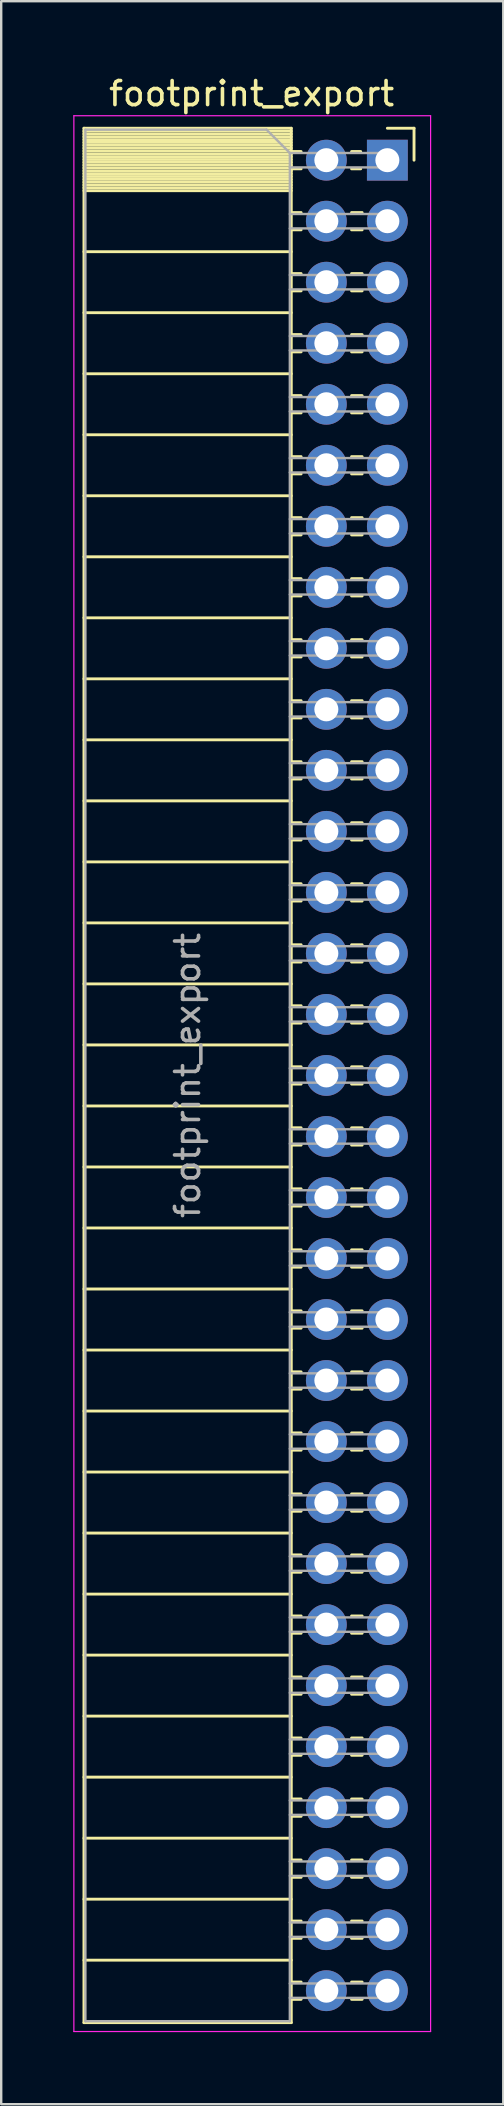
<source format=kicad_pcb>
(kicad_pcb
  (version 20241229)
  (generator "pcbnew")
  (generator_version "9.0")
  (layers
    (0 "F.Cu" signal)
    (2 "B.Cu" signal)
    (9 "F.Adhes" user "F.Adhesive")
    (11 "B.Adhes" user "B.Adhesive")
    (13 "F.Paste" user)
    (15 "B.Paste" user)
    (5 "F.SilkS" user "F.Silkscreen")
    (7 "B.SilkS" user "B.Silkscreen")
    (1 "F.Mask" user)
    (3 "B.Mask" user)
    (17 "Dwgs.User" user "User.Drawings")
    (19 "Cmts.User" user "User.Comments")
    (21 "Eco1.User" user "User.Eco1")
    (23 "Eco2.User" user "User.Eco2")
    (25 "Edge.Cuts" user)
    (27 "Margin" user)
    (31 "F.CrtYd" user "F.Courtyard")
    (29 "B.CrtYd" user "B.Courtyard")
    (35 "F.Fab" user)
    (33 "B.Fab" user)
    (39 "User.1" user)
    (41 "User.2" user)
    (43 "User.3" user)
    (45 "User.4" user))
  (footprint "footprint_export"
    (layer "F.Cu")
    (at 13.075 3.618)
    (property "Reference" "footprint_export" (at -5.65 -2.77 0) (layer "F.SilkS") (effects (font (size 1 1) (thickness 0.15))))
    (attr through_hole)
    (fp_line (start -12.63 -1.33) (end -12.63 77.53) (stroke (width 0.12) (type solid)) (layer "F.SilkS"))
    (fp_line (start -12.63 -1.33) (end -4 -1.33) (stroke (width 0.12) (type solid)) (layer "F.SilkS"))
    (fp_line (start -12.63 -1.21) (end -4 -1.21) (stroke (width 0.12) (type solid)) (layer "F.SilkS"))
    (fp_line (start -12.63 -1.092) (end -4 -1.092) (stroke (width 0.12) (type solid)) (layer "F.SilkS"))
    (fp_line (start -12.63 -0.974) (end -4 -0.974) (stroke (width 0.12) (type solid)) (layer "F.SilkS"))
    (fp_line (start -12.63 -0.856) (end -4 -0.856) (stroke (width 0.12) (type solid)) (layer "F.SilkS"))
    (fp_line (start -12.63 -0.738) (end -4 -0.738) (stroke (width 0.12) (type solid)) (layer "F.SilkS"))
    (fp_line (start -12.63 -0.62) (end -4 -0.62) (stroke (width 0.12) (type solid)) (layer "F.SilkS"))
    (fp_line (start -12.63 -0.501) (end -4 -0.501) (stroke (width 0.12) (type solid)) (layer "F.SilkS"))
    (fp_line (start -12.63 -0.383) (end -4 -0.383) (stroke (width 0.12) (type solid)) (layer "F.SilkS"))
    (fp_line (start -12.63 -0.265) (end -4 -0.265) (stroke (width 0.12) (type solid)) (layer "F.SilkS"))
    (fp_line (start -12.63 -0.147) (end -4 -0.147) (stroke (width 0.12) (type solid)) (layer "F.SilkS"))
    (fp_line (start -12.63 -0.029) (end -4 -0.029) (stroke (width 0.12) (type solid)) (layer "F.SilkS"))
    (fp_line (start -12.63 0.089) (end -4 0.089) (stroke (width 0.12) (type solid)) (layer "F.SilkS"))
    (fp_line (start -12.63 0.207) (end -4 0.207) (stroke (width 0.12) (type solid)) (layer "F.SilkS"))
    (fp_line (start -12.63 0.325) (end -4 0.325) (stroke (width 0.12) (type solid)) (layer "F.SilkS"))
    (fp_line (start -12.63 0.443) (end -4 0.443) (stroke (width 0.12) (type solid)) (layer "F.SilkS"))
    (fp_line (start -12.63 0.561) (end -4 0.561) (stroke (width 0.12) (type solid)) (layer "F.SilkS"))
    (fp_line (start -12.63 0.68) (end -4 0.68) (stroke (width 0.12) (type solid)) (layer "F.SilkS"))
    (fp_line (start -12.63 0.798) (end -4 0.798) (stroke (width 0.12) (type solid)) (layer "F.SilkS"))
    (fp_line (start -12.63 0.916) (end -4 0.916) (stroke (width 0.12) (type solid)) (layer "F.SilkS"))
    (fp_line (start -12.63 1.034) (end -4 1.034) (stroke (width 0.12) (type solid)) (layer "F.SilkS"))
    (fp_line (start -12.63 1.152) (end -4 1.152) (stroke (width 0.12) (type solid)) (layer "F.SilkS"))
    (fp_line (start -12.63 1.27) (end -4 1.27) (stroke (width 0.12) (type solid)) (layer "F.SilkS"))
    (fp_line (start -12.63 3.81) (end -4 3.81) (stroke (width 0.12) (type solid)) (layer "F.SilkS"))
    (fp_line (start -12.63 6.35) (end -4 6.35) (stroke (width 0.12) (type solid)) (layer "F.SilkS"))
    (fp_line (start -12.63 8.89) (end -4 8.89) (stroke (width 0.12) (type solid)) (layer "F.SilkS"))
    (fp_line (start -12.63 11.43) (end -4 11.43) (stroke (width 0.12) (type solid)) (layer "F.SilkS"))
    (fp_line (start -12.63 13.97) (end -4 13.97) (stroke (width 0.12) (type solid)) (layer "F.SilkS"))
    (fp_line (start -12.63 16.51) (end -4 16.51) (stroke (width 0.12) (type solid)) (layer "F.SilkS"))
    (fp_line (start -12.63 19.05) (end -4 19.05) (stroke (width 0.12) (type solid)) (layer "F.SilkS"))
    (fp_line (start -12.63 21.59) (end -4 21.59) (stroke (width 0.12) (type solid)) (layer "F.SilkS"))
    (fp_line (start -12.63 24.13) (end -4 24.13) (stroke (width 0.12) (type solid)) (layer "F.SilkS"))
    (fp_line (start -12.63 26.67) (end -4 26.67) (stroke (width 0.12) (type solid)) (layer "F.SilkS"))
    (fp_line (start -12.63 29.21) (end -4 29.21) (stroke (width 0.12) (type solid)) (layer "F.SilkS"))
    (fp_line (start -12.63 31.75) (end -4 31.75) (stroke (width 0.12) (type solid)) (layer "F.SilkS"))
    (fp_line (start -12.63 34.29) (end -4 34.29) (stroke (width 0.12) (type solid)) (layer "F.SilkS"))
    (fp_line (start -12.63 36.83) (end -4 36.83) (stroke (width 0.12) (type solid)) (layer "F.SilkS"))
    (fp_line (start -12.63 39.37) (end -4 39.37) (stroke (width 0.12) (type solid)) (layer "F.SilkS"))
    (fp_line (start -12.63 41.91) (end -4 41.91) (stroke (width 0.12) (type solid)) (layer "F.SilkS"))
    (fp_line (start -12.63 44.45) (end -4 44.45) (stroke (width 0.12) (type solid)) (layer "F.SilkS"))
    (fp_line (start -12.63 46.99) (end -4 46.99) (stroke (width 0.12) (type solid)) (layer "F.SilkS"))
    (fp_line (start -12.63 49.53) (end -4 49.53) (stroke (width 0.12) (type solid)) (layer "F.SilkS"))
    (fp_line (start -12.63 52.07) (end -4 52.07) (stroke (width 0.12) (type solid)) (layer "F.SilkS"))
    (fp_line (start -12.63 54.61) (end -4 54.61) (stroke (width 0.12) (type solid)) (layer "F.SilkS"))
    (fp_line (start -12.63 57.15) (end -4 57.15) (stroke (width 0.12) (type solid)) (layer "F.SilkS"))
    (fp_line (start -12.63 59.69) (end -4 59.69) (stroke (width 0.12) (type solid)) (layer "F.SilkS"))
    (fp_line (start -12.63 62.23) (end -4 62.23) (stroke (width 0.12) (type solid)) (layer "F.SilkS"))
    (fp_line (start -12.63 64.77) (end -4 64.77) (stroke (width 0.12) (type solid)) (layer "F.SilkS"))
    (fp_line (start -12.63 67.31) (end -4 67.31) (stroke (width 0.12) (type solid)) (layer "F.SilkS"))
    (fp_line (start -12.63 69.85) (end -4 69.85) (stroke (width 0.12) (type solid)) (layer "F.SilkS"))
    (fp_line (start -12.63 72.39) (end -4 72.39) (stroke (width 0.12) (type solid)) (layer "F.SilkS"))
    (fp_line (start -12.63 74.93) (end -4 74.93) (stroke (width 0.12) (type solid)) (layer "F.SilkS"))
    (fp_line (start -12.63 77.53) (end -4 77.53) (stroke (width 0.12) (type solid)) (layer "F.SilkS"))
    (fp_line (start -4 -1.33) (end -4 77.53) (stroke (width 0.12) (type solid)) (layer "F.SilkS"))
    (fp_line (start -4 -0.36) (end -3.59 -0.36) (stroke (width 0.12) (type solid)) (layer "F.SilkS"))
    (fp_line (start -4 0.36) (end -3.59 0.36) (stroke (width 0.12) (type solid)) (layer "F.SilkS"))
    (fp_line (start -4 2.18) (end -3.59 2.18) (stroke (width 0.12) (type solid)) (layer "F.SilkS"))
    (fp_line (start -4 2.9) (end -3.59 2.9) (stroke (width 0.12) (type solid)) (layer "F.SilkS"))
    (fp_line (start -4 4.72) (end -3.59 4.72) (stroke (width 0.12) (type solid)) (layer "F.SilkS"))
    (fp_line (start -4 5.44) (end -3.59 5.44) (stroke (width 0.12) (type solid)) (layer "F.SilkS"))
    (fp_line (start -4 7.26) (end -3.59 7.26) (stroke (width 0.12) (type solid)) (layer "F.SilkS"))
    (fp_line (start -4 7.98) (end -3.59 7.98) (stroke (width 0.12) (type solid)) (layer "F.SilkS"))
    (fp_line (start -4 9.8) (end -3.59 9.8) (stroke (width 0.12) (type solid)) (layer "F.SilkS"))
    (fp_line (start -4 10.52) (end -3.59 10.52) (stroke (width 0.12) (type solid)) (layer "F.SilkS"))
    (fp_line (start -4 12.34) (end -3.59 12.34) (stroke (width 0.12) (type solid)) (layer "F.SilkS"))
    (fp_line (start -4 13.06) (end -3.59 13.06) (stroke (width 0.12) (type solid)) (layer "F.SilkS"))
    (fp_line (start -4 14.88) (end -3.59 14.88) (stroke (width 0.12) (type solid)) (layer "F.SilkS"))
    (fp_line (start -4 15.6) (end -3.59 15.6) (stroke (width 0.12) (type solid)) (layer "F.SilkS"))
    (fp_line (start -4 17.42) (end -3.59 17.42) (stroke (width 0.12) (type solid)) (layer "F.SilkS"))
    (fp_line (start -4 18.14) (end -3.59 18.14) (stroke (width 0.12) (type solid)) (layer "F.SilkS"))
    (fp_line (start -4 19.96) (end -3.59 19.96) (stroke (width 0.12) (type solid)) (layer "F.SilkS"))
    (fp_line (start -4 20.68) (end -3.59 20.68) (stroke (width 0.12) (type solid)) (layer "F.SilkS"))
    (fp_line (start -4 22.5) (end -3.59 22.5) (stroke (width 0.12) (type solid)) (layer "F.SilkS"))
    (fp_line (start -4 23.22) (end -3.59 23.22) (stroke (width 0.12) (type solid)) (layer "F.SilkS"))
    (fp_line (start -4 25.04) (end -3.59 25.04) (stroke (width 0.12) (type solid)) (layer "F.SilkS"))
    (fp_line (start -4 25.76) (end -3.59 25.76) (stroke (width 0.12) (type solid)) (layer "F.SilkS"))
    (fp_line (start -4 27.58) (end -3.59 27.58) (stroke (width 0.12) (type solid)) (layer "F.SilkS"))
    (fp_line (start -4 28.3) (end -3.59 28.3) (stroke (width 0.12) (type solid)) (layer "F.SilkS"))
    (fp_line (start -4 30.12) (end -3.59 30.12) (stroke (width 0.12) (type solid)) (layer "F.SilkS"))
    (fp_line (start -4 30.84) (end -3.59 30.84) (stroke (width 0.12) (type solid)) (layer "F.SilkS"))
    (fp_line (start -4 32.66) (end -3.59 32.66) (stroke (width 0.12) (type solid)) (layer "F.SilkS"))
    (fp_line (start -4 33.38) (end -3.59 33.38) (stroke (width 0.12) (type solid)) (layer "F.SilkS"))
    (fp_line (start -4 35.2) (end -3.59 35.2) (stroke (width 0.12) (type solid)) (layer "F.SilkS"))
    (fp_line (start -4 35.92) (end -3.59 35.92) (stroke (width 0.12) (type solid)) (layer "F.SilkS"))
    (fp_line (start -4 37.74) (end -3.59 37.74) (stroke (width 0.12) (type solid)) (layer "F.SilkS"))
    (fp_line (start -4 38.46) (end -3.59 38.46) (stroke (width 0.12) (type solid)) (layer "F.SilkS"))
    (fp_line (start -4 40.28) (end -3.59 40.28) (stroke (width 0.12) (type solid)) (layer "F.SilkS"))
    (fp_line (start -4 41) (end -3.59 41) (stroke (width 0.12) (type solid)) (layer "F.SilkS"))
    (fp_line (start -4 42.82) (end -3.59 42.82) (stroke (width 0.12) (type solid)) (layer "F.SilkS"))
    (fp_line (start -4 43.54) (end -3.59 43.54) (stroke (width 0.12) (type solid)) (layer "F.SilkS"))
    (fp_line (start -4 45.36) (end -3.59 45.36) (stroke (width 0.12) (type solid)) (layer "F.SilkS"))
    (fp_line (start -4 46.08) (end -3.59 46.08) (stroke (width 0.12) (type solid)) (layer "F.SilkS"))
    (fp_line (start -4 47.9) (end -3.59 47.9) (stroke (width 0.12) (type solid)) (layer "F.SilkS"))
    (fp_line (start -4 48.62) (end -3.59 48.62) (stroke (width 0.12) (type solid)) (layer "F.SilkS"))
    (fp_line (start -4 50.44) (end -3.59 50.44) (stroke (width 0.12) (type solid)) (layer "F.SilkS"))
    (fp_line (start -4 51.16) (end -3.59 51.16) (stroke (width 0.12) (type solid)) (layer "F.SilkS"))
    (fp_line (start -4 52.98) (end -3.59 52.98) (stroke (width 0.12) (type solid)) (layer "F.SilkS"))
    (fp_line (start -4 53.7) (end -3.59 53.7) (stroke (width 0.12) (type solid)) (layer "F.SilkS"))
    (fp_line (start -4 55.52) (end -3.59 55.52) (stroke (width 0.12) (type solid)) (layer "F.SilkS"))
    (fp_line (start -4 56.24) (end -3.59 56.24) (stroke (width 0.12) (type solid)) (layer "F.SilkS"))
    (fp_line (start -4 58.06) (end -3.59 58.06) (stroke (width 0.12) (type solid)) (layer "F.SilkS"))
    (fp_line (start -4 58.78) (end -3.59 58.78) (stroke (width 0.12) (type solid)) (layer "F.SilkS"))
    (fp_line (start -4 60.6) (end -3.59 60.6) (stroke (width 0.12) (type solid)) (layer "F.SilkS"))
    (fp_line (start -4 61.32) (end -3.59 61.32) (stroke (width 0.12) (type solid)) (layer "F.SilkS"))
    (fp_line (start -4 63.14) (end -3.59 63.14) (stroke (width 0.12) (type solid)) (layer "F.SilkS"))
    (fp_line (start -4 63.86) (end -3.59 63.86) (stroke (width 0.12) (type solid)) (layer "F.SilkS"))
    (fp_line (start -4 65.68) (end -3.59 65.68) (stroke (width 0.12) (type solid)) (layer "F.SilkS"))
    (fp_line (start -4 66.4) (end -3.59 66.4) (stroke (width 0.12) (type solid)) (layer "F.SilkS"))
    (fp_line (start -4 68.22) (end -3.59 68.22) (stroke (width 0.12) (type solid)) (layer "F.SilkS"))
    (fp_line (start -4 68.94) (end -3.59 68.94) (stroke (width 0.12) (type solid)) (layer "F.SilkS"))
    (fp_line (start -4 70.76) (end -3.59 70.76) (stroke (width 0.12) (type solid)) (layer "F.SilkS"))
    (fp_line (start -4 71.48) (end -3.59 71.48) (stroke (width 0.12) (type solid)) (layer "F.SilkS"))
    (fp_line (start -4 73.3) (end -3.59 73.3) (stroke (width 0.12) (type solid)) (layer "F.SilkS"))
    (fp_line (start -4 74.02) (end -3.59 74.02) (stroke (width 0.12) (type solid)) (layer "F.SilkS"))
    (fp_line (start -4 75.84) (end -3.59 75.84) (stroke (width 0.12) (type solid)) (layer "F.SilkS"))
    (fp_line (start -4 76.56) (end -3.59 76.56) (stroke (width 0.12) (type solid)) (layer "F.SilkS"))
    (fp_line (start -1.49 -0.36) (end -1.11 -0.36) (stroke (width 0.12) (type solid)) (layer "F.SilkS"))
    (fp_line (start -1.49 0.36) (end -1.11 0.36) (stroke (width 0.12) (type solid)) (layer "F.SilkS"))
    (fp_line (start -1.49 2.18) (end -1.05 2.18) (stroke (width 0.12) (type solid)) (layer "F.SilkS"))
    (fp_line (start -1.49 2.9) (end -1.05 2.9) (stroke (width 0.12) (type solid)) (layer "F.SilkS"))
    (fp_line (start -1.49 4.72) (end -1.05 4.72) (stroke (width 0.12) (type solid)) (layer "F.SilkS"))
    (fp_line (start -1.49 5.44) (end -1.05 5.44) (stroke (width 0.12) (type solid)) (layer "F.SilkS"))
    (fp_line (start -1.49 7.26) (end -1.05 7.26) (stroke (width 0.12) (type solid)) (layer "F.SilkS"))
    (fp_line (start -1.49 7.98) (end -1.05 7.98) (stroke (width 0.12) (type solid)) (layer "F.SilkS"))
    (fp_line (start -1.49 9.8) (end -1.05 9.8) (stroke (width 0.12) (type solid)) (layer "F.SilkS"))
    (fp_line (start -1.49 10.52) (end -1.05 10.52) (stroke (width 0.12) (type solid)) (layer "F.SilkS"))
    (fp_line (start -1.49 12.34) (end -1.05 12.34) (stroke (width 0.12) (type solid)) (layer "F.SilkS"))
    (fp_line (start -1.49 13.06) (end -1.05 13.06) (stroke (width 0.12) (type solid)) (layer "F.SilkS"))
    (fp_line (start -1.49 14.88) (end -1.05 14.88) (stroke (width 0.12) (type solid)) (layer "F.SilkS"))
    (fp_line (start -1.49 15.6) (end -1.05 15.6) (stroke (width 0.12) (type solid)) (layer "F.SilkS"))
    (fp_line (start -1.49 17.42) (end -1.05 17.42) (stroke (width 0.12) (type solid)) (layer "F.SilkS"))
    (fp_line (start -1.49 18.14) (end -1.05 18.14) (stroke (width 0.12) (type solid)) (layer "F.SilkS"))
    (fp_line (start -1.49 19.96) (end -1.05 19.96) (stroke (width 0.12) (type solid)) (layer "F.SilkS"))
    (fp_line (start -1.49 20.68) (end -1.05 20.68) (stroke (width 0.12) (type solid)) (layer "F.SilkS"))
    (fp_line (start -1.49 22.5) (end -1.05 22.5) (stroke (width 0.12) (type solid)) (layer "F.SilkS"))
    (fp_line (start -1.49 23.22) (end -1.05 23.22) (stroke (width 0.12) (type solid)) (layer "F.SilkS"))
    (fp_line (start -1.49 25.04) (end -1.05 25.04) (stroke (width 0.12) (type solid)) (layer "F.SilkS"))
    (fp_line (start -1.49 25.76) (end -1.05 25.76) (stroke (width 0.12) (type solid)) (layer "F.SilkS"))
    (fp_line (start -1.49 27.58) (end -1.05 27.58) (stroke (width 0.12) (type solid)) (layer "F.SilkS"))
    (fp_line (start -1.49 28.3) (end -1.05 28.3) (stroke (width 0.12) (type solid)) (layer "F.SilkS"))
    (fp_line (start -1.49 30.12) (end -1.05 30.12) (stroke (width 0.12) (type solid)) (layer "F.SilkS"))
    (fp_line (start -1.49 30.84) (end -1.05 30.84) (stroke (width 0.12) (type solid)) (layer "F.SilkS"))
    (fp_line (start -1.49 32.66) (end -1.05 32.66) (stroke (width 0.12) (type solid)) (layer "F.SilkS"))
    (fp_line (start -1.49 33.38) (end -1.05 33.38) (stroke (width 0.12) (type solid)) (layer "F.SilkS"))
    (fp_line (start -1.49 35.2) (end -1.05 35.2) (stroke (width 0.12) (type solid)) (layer "F.SilkS"))
    (fp_line (start -1.49 35.92) (end -1.05 35.92) (stroke (width 0.12) (type solid)) (layer "F.SilkS"))
    (fp_line (start -1.49 37.74) (end -1.05 37.74) (stroke (width 0.12) (type solid)) (layer "F.SilkS"))
    (fp_line (start -1.49 38.46) (end -1.05 38.46) (stroke (width 0.12) (type solid)) (layer "F.SilkS"))
    (fp_line (start -1.49 40.28) (end -1.05 40.28) (stroke (width 0.12) (type solid)) (layer "F.SilkS"))
    (fp_line (start -1.49 41) (end -1.05 41) (stroke (width 0.12) (type solid)) (layer "F.SilkS"))
    (fp_line (start -1.49 42.82) (end -1.05 42.82) (stroke (width 0.12) (type solid)) (layer "F.SilkS"))
    (fp_line (start -1.49 43.54) (end -1.05 43.54) (stroke (width 0.12) (type solid)) (layer "F.SilkS"))
    (fp_line (start -1.49 45.36) (end -1.05 45.36) (stroke (width 0.12) (type solid)) (layer "F.SilkS"))
    (fp_line (start -1.49 46.08) (end -1.05 46.08) (stroke (width 0.12) (type solid)) (layer "F.SilkS"))
    (fp_line (start -1.49 47.9) (end -1.05 47.9) (stroke (width 0.12) (type solid)) (layer "F.SilkS"))
    (fp_line (start -1.49 48.62) (end -1.05 48.62) (stroke (width 0.12) (type solid)) (layer "F.SilkS"))
    (fp_line (start -1.49 50.44) (end -1.05 50.44) (stroke (width 0.12) (type solid)) (layer "F.SilkS"))
    (fp_line (start -1.49 51.16) (end -1.05 51.16) (stroke (width 0.12) (type solid)) (layer "F.SilkS"))
    (fp_line (start -1.49 52.98) (end -1.05 52.98) (stroke (width 0.12) (type solid)) (layer "F.SilkS"))
    (fp_line (start -1.49 53.7) (end -1.05 53.7) (stroke (width 0.12) (type solid)) (layer "F.SilkS"))
    (fp_line (start -1.49 55.52) (end -1.05 55.52) (stroke (width 0.12) (type solid)) (layer "F.SilkS"))
    (fp_line (start -1.49 56.24) (end -1.05 56.24) (stroke (width 0.12) (type solid)) (layer "F.SilkS"))
    (fp_line (start -1.49 58.06) (end -1.05 58.06) (stroke (width 0.12) (type solid)) (layer "F.SilkS"))
    (fp_line (start -1.49 58.78) (end -1.05 58.78) (stroke (width 0.12) (type solid)) (layer "F.SilkS"))
    (fp_line (start -1.49 60.6) (end -1.05 60.6) (stroke (width 0.12) (type solid)) (layer "F.SilkS"))
    (fp_line (start -1.49 61.32) (end -1.05 61.32) (stroke (width 0.12) (type solid)) (layer "F.SilkS"))
    (fp_line (start -1.49 63.14) (end -1.05 63.14) (stroke (width 0.12) (type solid)) (layer "F.SilkS"))
    (fp_line (start -1.49 63.86) (end -1.05 63.86) (stroke (width 0.12) (type solid)) (layer "F.SilkS"))
    (fp_line (start -1.49 65.68) (end -1.05 65.68) (stroke (width 0.12) (type solid)) (layer "F.SilkS"))
    (fp_line (start -1.49 66.4) (end -1.05 66.4) (stroke (width 0.12) (type solid)) (layer "F.SilkS"))
    (fp_line (start -1.49 68.22) (end -1.05 68.22) (stroke (width 0.12) (type solid)) (layer "F.SilkS"))
    (fp_line (start -1.49 68.94) (end -1.05 68.94) (stroke (width 0.12) (type solid)) (layer "F.SilkS"))
    (fp_line (start -1.49 70.76) (end -1.05 70.76) (stroke (width 0.12) (type solid)) (layer "F.SilkS"))
    (fp_line (start -1.49 71.48) (end -1.05 71.48) (stroke (width 0.12) (type solid)) (layer "F.SilkS"))
    (fp_line (start -1.49 73.3) (end -1.05 73.3) (stroke (width 0.12) (type solid)) (layer "F.SilkS"))
    (fp_line (start -1.49 74.02) (end -1.05 74.02) (stroke (width 0.12) (type solid)) (layer "F.SilkS"))
    (fp_line (start -1.49 75.84) (end -1.05 75.84) (stroke (width 0.12) (type solid)) (layer "F.SilkS"))
    (fp_line (start -1.49 76.56) (end -1.05 76.56) (stroke (width 0.12) (type solid)) (layer "F.SilkS"))
    (fp_line (start 0 -1.33) (end 1.11 -1.33) (stroke (width 0.12) (type solid)) (layer "F.SilkS"))
    (fp_line (start 1.11 -1.33) (end 1.11 0) (stroke (width 0.12) (type solid)) (layer "F.SilkS"))
    (fp_line (start -13.05 -1.85) (end -13.05 77.9) (stroke (width 0.05) (type solid)) (layer "F.CrtYd"))
    (fp_line (start -13.05 77.9) (end 1.8 77.9) (stroke (width 0.05) (type solid)) (layer "F.CrtYd"))
    (fp_line (start 1.8 -1.85) (end -13.05 -1.85) (stroke (width 0.05) (type solid)) (layer "F.CrtYd"))
    (fp_line (start 1.8 77.9) (end 1.8 -1.85) (stroke (width 0.05) (type solid)) (layer "F.CrtYd"))
    (fp_line (start -12.57 -1.27) (end -5.03 -1.27) (stroke (width 0.1) (type solid)) (layer "F.Fab"))
    (fp_line (start -12.57 77.47) (end -12.57 -1.27) (stroke (width 0.1) (type solid)) (layer "F.Fab"))
    (fp_line (start -5.03 -1.27) (end -4.06 -0.3) (stroke (width 0.1) (type solid)) (layer "F.Fab"))
    (fp_line (start -4.06 -0.3) (end -4.06 77.47) (stroke (width 0.1) (type solid)) (layer "F.Fab"))
    (fp_line (start -4.06 0.3) (end 0 0.3) (stroke (width 0.1) (type solid)) (layer "F.Fab"))
    (fp_line (start -4.06 2.84) (end 0 2.84) (stroke (width 0.1) (type solid)) (layer "F.Fab"))
    (fp_line (start -4.06 5.38) (end 0 5.38) (stroke (width 0.1) (type solid)) (layer "F.Fab"))
    (fp_line (start -4.06 7.92) (end 0 7.92) (stroke (width 0.1) (type solid)) (layer "F.Fab"))
    (fp_line (start -4.06 10.46) (end 0 10.46) (stroke (width 0.1) (type solid)) (layer "F.Fab"))
    (fp_line (start -4.06 13) (end 0 13) (stroke (width 0.1) (type solid)) (layer "F.Fab"))
    (fp_line (start -4.06 15.54) (end 0 15.54) (stroke (width 0.1) (type solid)) (layer "F.Fab"))
    (fp_line (start -4.06 18.08) (end 0 18.08) (stroke (width 0.1) (type solid)) (layer "F.Fab"))
    (fp_line (start -4.06 20.62) (end 0 20.62) (stroke (width 0.1) (type solid)) (layer "F.Fab"))
    (fp_line (start -4.06 23.16) (end 0 23.16) (stroke (width 0.1) (type solid)) (layer "F.Fab"))
    (fp_line (start -4.06 25.7) (end 0 25.7) (stroke (width 0.1) (type solid)) (layer "F.Fab"))
    (fp_line (start -4.06 28.24) (end 0 28.24) (stroke (width 0.1) (type solid)) (layer "F.Fab"))
    (fp_line (start -4.06 30.78) (end 0 30.78) (stroke (width 0.1) (type solid)) (layer "F.Fab"))
    (fp_line (start -4.06 33.32) (end 0 33.32) (stroke (width 0.1) (type solid)) (layer "F.Fab"))
    (fp_line (start -4.06 35.86) (end 0 35.86) (stroke (width 0.1) (type solid)) (layer "F.Fab"))
    (fp_line (start -4.06 38.4) (end 0 38.4) (stroke (width 0.1) (type solid)) (layer "F.Fab"))
    (fp_line (start -4.06 40.94) (end 0 40.94) (stroke (width 0.1) (type solid)) (layer "F.Fab"))
    (fp_line (start -4.06 43.48) (end 0 43.48) (stroke (width 0.1) (type solid)) (layer "F.Fab"))
    (fp_line (start -4.06 46.02) (end 0 46.02) (stroke (width 0.1) (type solid)) (layer "F.Fab"))
    (fp_line (start -4.06 48.56) (end 0 48.56) (stroke (width 0.1) (type solid)) (layer "F.Fab"))
    (fp_line (start -4.06 51.1) (end 0 51.1) (stroke (width 0.1) (type solid)) (layer "F.Fab"))
    (fp_line (start -4.06 53.64) (end 0 53.64) (stroke (width 0.1) (type solid)) (layer "F.Fab"))
    (fp_line (start -4.06 56.18) (end 0 56.18) (stroke (width 0.1) (type solid)) (layer "F.Fab"))
    (fp_line (start -4.06 58.72) (end 0 58.72) (stroke (width 0.1) (type solid)) (layer "F.Fab"))
    (fp_line (start -4.06 61.26) (end 0 61.26) (stroke (width 0.1) (type solid)) (layer "F.Fab"))
    (fp_line (start -4.06 63.8) (end 0 63.8) (stroke (width 0.1) (type solid)) (layer "F.Fab"))
    (fp_line (start -4.06 66.34) (end 0 66.34) (stroke (width 0.1) (type solid)) (layer "F.Fab"))
    (fp_line (start -4.06 68.88) (end 0 68.88) (stroke (width 0.1) (type solid)) (layer "F.Fab"))
    (fp_line (start -4.06 71.42) (end 0 71.42) (stroke (width 0.1) (type solid)) (layer "F.Fab"))
    (fp_line (start -4.06 73.96) (end 0 73.96) (stroke (width 0.1) (type solid)) (layer "F.Fab"))
    (fp_line (start -4.06 76.5) (end 0 76.5) (stroke (width 0.1) (type solid)) (layer "F.Fab"))
    (fp_line (start -4.06 77.47) (end -12.57 77.47) (stroke (width 0.1) (type solid)) (layer "F.Fab"))
    (fp_line (start 0 -0.3) (end -4.06 -0.3) (stroke (width 0.1) (type solid)) (layer "F.Fab"))
    (fp_line (start 0 0.3) (end 0 -0.3) (stroke (width 0.1) (type solid)) (layer "F.Fab"))
    (fp_line (start 0 2.24) (end -4.06 2.24) (stroke (width 0.1) (type solid)) (layer "F.Fab"))
    (fp_line (start 0 2.84) (end 0 2.24) (stroke (width 0.1) (type solid)) (layer "F.Fab"))
    (fp_line (start 0 4.78) (end -4.06 4.78) (stroke (width 0.1) (type solid)) (layer "F.Fab"))
    (fp_line (start 0 5.38) (end 0 4.78) (stroke (width 0.1) (type solid)) (layer "F.Fab"))
    (fp_line (start 0 7.32) (end -4.06 7.32) (stroke (width 0.1) (type solid)) (layer "F.Fab"))
    (fp_line (start 0 7.92) (end 0 7.32) (stroke (width 0.1) (type solid)) (layer "F.Fab"))
    (fp_line (start 0 9.86) (end -4.06 9.86) (stroke (width 0.1) (type solid)) (layer "F.Fab"))
    (fp_line (start 0 10.46) (end 0 9.86) (stroke (width 0.1) (type solid)) (layer "F.Fab"))
    (fp_line (start 0 12.4) (end -4.06 12.4) (stroke (width 0.1) (type solid)) (layer "F.Fab"))
    (fp_line (start 0 13) (end 0 12.4) (stroke (width 0.1) (type solid)) (layer "F.Fab"))
    (fp_line (start 0 14.94) (end -4.06 14.94) (stroke (width 0.1) (type solid)) (layer "F.Fab"))
    (fp_line (start 0 15.54) (end 0 14.94) (stroke (width 0.1) (type solid)) (layer "F.Fab"))
    (fp_line (start 0 17.48) (end -4.06 17.48) (stroke (width 0.1) (type solid)) (layer "F.Fab"))
    (fp_line (start 0 18.08) (end 0 17.48) (stroke (width 0.1) (type solid)) (layer "F.Fab"))
    (fp_line (start 0 20.02) (end -4.06 20.02) (stroke (width 0.1) (type solid)) (layer "F.Fab"))
    (fp_line (start 0 20.62) (end 0 20.02) (stroke (width 0.1) (type solid)) (layer "F.Fab"))
    (fp_line (start 0 22.56) (end -4.06 22.56) (stroke (width 0.1) (type solid)) (layer "F.Fab"))
    (fp_line (start 0 23.16) (end 0 22.56) (stroke (width 0.1) (type solid)) (layer "F.Fab"))
    (fp_line (start 0 25.1) (end -4.06 25.1) (stroke (width 0.1) (type solid)) (layer "F.Fab"))
    (fp_line (start 0 25.7) (end 0 25.1) (stroke (width 0.1) (type solid)) (layer "F.Fab"))
    (fp_line (start 0 27.64) (end -4.06 27.64) (stroke (width 0.1) (type solid)) (layer "F.Fab"))
    (fp_line (start 0 28.24) (end 0 27.64) (stroke (width 0.1) (type solid)) (layer "F.Fab"))
    (fp_line (start 0 30.18) (end -4.06 30.18) (stroke (width 0.1) (type solid)) (layer "F.Fab"))
    (fp_line (start 0 30.78) (end 0 30.18) (stroke (width 0.1) (type solid)) (layer "F.Fab"))
    (fp_line (start 0 32.72) (end -4.06 32.72) (stroke (width 0.1) (type solid)) (layer "F.Fab"))
    (fp_line (start 0 33.32) (end 0 32.72) (stroke (width 0.1) (type solid)) (layer "F.Fab"))
    (fp_line (start 0 35.26) (end -4.06 35.26) (stroke (width 0.1) (type solid)) (layer "F.Fab"))
    (fp_line (start 0 35.86) (end 0 35.26) (stroke (width 0.1) (type solid)) (layer "F.Fab"))
    (fp_line (start 0 37.8) (end -4.06 37.8) (stroke (width 0.1) (type solid)) (layer "F.Fab"))
    (fp_line (start 0 38.4) (end 0 37.8) (stroke (width 0.1) (type solid)) (layer "F.Fab"))
    (fp_line (start 0 40.34) (end -4.06 40.34) (stroke (width 0.1) (type solid)) (layer "F.Fab"))
    (fp_line (start 0 40.94) (end 0 40.34) (stroke (width 0.1) (type solid)) (layer "F.Fab"))
    (fp_line (start 0 42.88) (end -4.06 42.88) (stroke (width 0.1) (type solid)) (layer "F.Fab"))
    (fp_line (start 0 43.48) (end 0 42.88) (stroke (width 0.1) (type solid)) (layer "F.Fab"))
    (fp_line (start 0 45.42) (end -4.06 45.42) (stroke (width 0.1) (type solid)) (layer "F.Fab"))
    (fp_line (start 0 46.02) (end 0 45.42) (stroke (width 0.1) (type solid)) (layer "F.Fab"))
    (fp_line (start 0 47.96) (end -4.06 47.96) (stroke (width 0.1) (type solid)) (layer "F.Fab"))
    (fp_line (start 0 48.56) (end 0 47.96) (stroke (width 0.1) (type solid)) (layer "F.Fab"))
    (fp_line (start 0 50.5) (end -4.06 50.5) (stroke (width 0.1) (type solid)) (layer "F.Fab"))
    (fp_line (start 0 51.1) (end 0 50.5) (stroke (width 0.1) (type solid)) (layer "F.Fab"))
    (fp_line (start 0 53.04) (end -4.06 53.04) (stroke (width 0.1) (type solid)) (layer "F.Fab"))
    (fp_line (start 0 53.64) (end 0 53.04) (stroke (width 0.1) (type solid)) (layer "F.Fab"))
    (fp_line (start 0 55.58) (end -4.06 55.58) (stroke (width 0.1) (type solid)) (layer "F.Fab"))
    (fp_line (start 0 56.18) (end 0 55.58) (stroke (width 0.1) (type solid)) (layer "F.Fab"))
    (fp_line (start 0 58.12) (end -4.06 58.12) (stroke (width 0.1) (type solid)) (layer "F.Fab"))
    (fp_line (start 0 58.72) (end 0 58.12) (stroke (width 0.1) (type solid)) (layer "F.Fab"))
    (fp_line (start 0 60.66) (end -4.06 60.66) (stroke (width 0.1) (type solid)) (layer "F.Fab"))
    (fp_line (start 0 61.26) (end 0 60.66) (stroke (width 0.1) (type solid)) (layer "F.Fab"))
    (fp_line (start 0 63.2) (end -4.06 63.2) (stroke (width 0.1) (type solid)) (layer "F.Fab"))
    (fp_line (start 0 63.8) (end 0 63.2) (stroke (width 0.1) (type solid)) (layer "F.Fab"))
    (fp_line (start 0 65.74) (end -4.06 65.74) (stroke (width 0.1) (type solid)) (layer "F.Fab"))
    (fp_line (start 0 66.34) (end 0 65.74) (stroke (width 0.1) (type solid)) (layer "F.Fab"))
    (fp_line (start 0 68.28) (end -4.06 68.28) (stroke (width 0.1) (type solid)) (layer "F.Fab"))
    (fp_line (start 0 68.88) (end 0 68.28) (stroke (width 0.1) (type solid)) (layer "F.Fab"))
    (fp_line (start 0 70.82) (end -4.06 70.82) (stroke (width 0.1) (type solid)) (layer "F.Fab"))
    (fp_line (start 0 71.42) (end 0 70.82) (stroke (width 0.1) (type solid)) (layer "F.Fab"))
    (fp_line (start 0 73.36) (end -4.06 73.36) (stroke (width 0.1) (type solid)) (layer "F.Fab"))
    (fp_line (start 0 73.96) (end 0 73.36) (stroke (width 0.1) (type solid)) (layer "F.Fab"))
    (fp_line (start 0 75.9) (end -4.06 75.9) (stroke (width 0.1) (type solid)) (layer "F.Fab"))
    (fp_line (start 0 76.5) (end 0 75.9) (stroke (width 0.1) (type solid)) (layer "F.Fab"))
    (fp_text user "${REFERENCE}" (at -8.315 38.1 90) (layer "F.Fab") (effects (font (size 1 1) (thickness 0.15))))
    (pad "1" thru_hole rect (at 0 0) (size 1.7 1.7) (drill 1) (layers "*.Cu" "*.Mask"))
    (pad "2" thru_hole oval (at -2.54 0) (size 1.7 1.7) (drill 1) (layers "*.Cu" "*.Mask"))
    (pad "3" thru_hole oval (at 0 2.54) (size 1.7 1.7) (drill 1) (layers "*.Cu" "*.Mask"))
    (pad "4" thru_hole oval (at -2.54 2.54) (size 1.7 1.7) (drill 1) (layers "*.Cu" "*.Mask"))
    (pad "5" thru_hole oval (at 0 5.08) (size 1.7 1.7) (drill 1) (layers "*.Cu" "*.Mask"))
    (pad "6" thru_hole oval (at -2.54 5.08) (size 1.7 1.7) (drill 1) (layers "*.Cu" "*.Mask"))
    (pad "7" thru_hole oval (at 0 7.62) (size 1.7 1.7) (drill 1) (layers "*.Cu" "*.Mask"))
    (pad "8" thru_hole oval (at -2.54 7.62) (size 1.7 1.7) (drill 1) (layers "*.Cu" "*.Mask"))
    (pad "9" thru_hole oval (at 0 10.16) (size 1.7 1.7) (drill 1) (layers "*.Cu" "*.Mask"))
    (pad "10" thru_hole oval (at -2.54 10.16) (size 1.7 1.7) (drill 1) (layers "*.Cu" "*.Mask"))
    (pad "11" thru_hole oval (at 0 12.7) (size 1.7 1.7) (drill 1) (layers "*.Cu" "*.Mask"))
    (pad "12" thru_hole oval (at -2.54 12.7) (size 1.7 1.7) (drill 1) (layers "*.Cu" "*.Mask"))
    (pad "13" thru_hole oval (at 0 15.24) (size 1.7 1.7) (drill 1) (layers "*.Cu" "*.Mask"))
    (pad "14" thru_hole oval (at -2.54 15.24) (size 1.7 1.7) (drill 1) (layers "*.Cu" "*.Mask"))
    (pad "15" thru_hole oval (at 0 17.78) (size 1.7 1.7) (drill 1) (layers "*.Cu" "*.Mask"))
    (pad "16" thru_hole oval (at -2.54 17.78) (size 1.7 1.7) (drill 1) (layers "*.Cu" "*.Mask"))
    (pad "17" thru_hole oval (at 0 20.32) (size 1.7 1.7) (drill 1) (layers "*.Cu" "*.Mask"))
    (pad "18" thru_hole oval (at -2.54 20.32) (size 1.7 1.7) (drill 1) (layers "*.Cu" "*.Mask"))
    (pad "19" thru_hole oval (at 0 22.86) (size 1.7 1.7) (drill 1) (layers "*.Cu" "*.Mask"))
    (pad "20" thru_hole oval (at -2.54 22.86) (size 1.7 1.7) (drill 1) (layers "*.Cu" "*.Mask"))
    (pad "21" thru_hole oval (at 0 25.4) (size 1.7 1.7) (drill 1) (layers "*.Cu" "*.Mask"))
    (pad "22" thru_hole oval (at -2.54 25.4) (size 1.7 1.7) (drill 1) (layers "*.Cu" "*.Mask"))
    (pad "23" thru_hole oval (at 0 27.94) (size 1.7 1.7) (drill 1) (layers "*.Cu" "*.Mask"))
    (pad "24" thru_hole oval (at -2.54 27.94) (size 1.7 1.7) (drill 1) (layers "*.Cu" "*.Mask"))
    (pad "25" thru_hole oval (at 0 30.48) (size 1.7 1.7) (drill 1) (layers "*.Cu" "*.Mask"))
    (pad "26" thru_hole oval (at -2.54 30.48) (size 1.7 1.7) (drill 1) (layers "*.Cu" "*.Mask"))
    (pad "27" thru_hole oval (at 0 33.02) (size 1.7 1.7) (drill 1) (layers "*.Cu" "*.Mask"))
    (pad "28" thru_hole oval (at -2.54 33.02) (size 1.7 1.7) (drill 1) (layers "*.Cu" "*.Mask"))
    (pad "29" thru_hole oval (at 0 35.56) (size 1.7 1.7) (drill 1) (layers "*.Cu" "*.Mask"))
    (pad "30" thru_hole oval (at -2.54 35.56) (size 1.7 1.7) (drill 1) (layers "*.Cu" "*.Mask"))
    (pad "31" thru_hole oval (at 0 38.1) (size 1.7 1.7) (drill 1) (layers "*.Cu" "*.Mask"))
    (pad "32" thru_hole oval (at -2.54 38.1) (size 1.7 1.7) (drill 1) (layers "*.Cu" "*.Mask"))
    (pad "33" thru_hole oval (at 0 40.64) (size 1.7 1.7) (drill 1) (layers "*.Cu" "*.Mask"))
    (pad "34" thru_hole oval (at -2.54 40.64) (size 1.7 1.7) (drill 1) (layers "*.Cu" "*.Mask"))
    (pad "35" thru_hole oval (at 0 43.18) (size 1.7 1.7) (drill 1) (layers "*.Cu" "*.Mask"))
    (pad "36" thru_hole oval (at -2.54 43.18) (size 1.7 1.7) (drill 1) (layers "*.Cu" "*.Mask"))
    (pad "37" thru_hole oval (at 0 45.72) (size 1.7 1.7) (drill 1) (layers "*.Cu" "*.Mask"))
    (pad "38" thru_hole oval (at -2.54 45.72) (size 1.7 1.7) (drill 1) (layers "*.Cu" "*.Mask"))
    (pad "39" thru_hole oval (at 0 48.26) (size 1.7 1.7) (drill 1) (layers "*.Cu" "*.Mask"))
    (pad "40" thru_hole oval (at -2.54 48.26) (size 1.7 1.7) (drill 1) (layers "*.Cu" "*.Mask"))
    (pad "41" thru_hole oval (at 0 50.8) (size 1.7 1.7) (drill 1) (layers "*.Cu" "*.Mask"))
    (pad "42" thru_hole oval (at -2.54 50.8) (size 1.7 1.7) (drill 1) (layers "*.Cu" "*.Mask"))
    (pad "43" thru_hole oval (at 0 53.34) (size 1.7 1.7) (drill 1) (layers "*.Cu" "*.Mask"))
    (pad "44" thru_hole oval (at -2.54 53.34) (size 1.7 1.7) (drill 1) (layers "*.Cu" "*.Mask"))
    (pad "45" thru_hole oval (at 0 55.88) (size 1.7 1.7) (drill 1) (layers "*.Cu" "*.Mask"))
    (pad "46" thru_hole oval (at -2.54 55.88) (size 1.7 1.7) (drill 1) (layers "*.Cu" "*.Mask"))
    (pad "47" thru_hole oval (at 0 58.42) (size 1.7 1.7) (drill 1) (layers "*.Cu" "*.Mask"))
    (pad "48" thru_hole oval (at -2.54 58.42) (size 1.7 1.7) (drill 1) (layers "*.Cu" "*.Mask"))
    (pad "49" thru_hole oval (at 0 60.96) (size 1.7 1.7) (drill 1) (layers "*.Cu" "*.Mask"))
    (pad "50" thru_hole oval (at -2.54 60.96) (size 1.7 1.7) (drill 1) (layers "*.Cu" "*.Mask"))
    (pad "51" thru_hole oval (at 0 63.5) (size 1.7 1.7) (drill 1) (layers "*.Cu" "*.Mask"))
    (pad "52" thru_hole oval (at -2.54 63.5) (size 1.7 1.7) (drill 1) (layers "*.Cu" "*.Mask"))
    (pad "53" thru_hole oval (at 0 66.04) (size 1.7 1.7) (drill 1) (layers "*.Cu" "*.Mask"))
    (pad "54" thru_hole oval (at -2.54 66.04) (size 1.7 1.7) (drill 1) (layers "*.Cu" "*.Mask"))
    (pad "55" thru_hole oval (at 0 68.58) (size 1.7 1.7) (drill 1) (layers "*.Cu" "*.Mask"))
    (pad "56" thru_hole oval (at -2.54 68.58) (size 1.7 1.7) (drill 1) (layers "*.Cu" "*.Mask"))
    (pad "57" thru_hole oval (at 0 71.12) (size 1.7 1.7) (drill 1) (layers "*.Cu" "*.Mask"))
    (pad "58" thru_hole oval (at -2.54 71.12) (size 1.7 1.7) (drill 1) (layers "*.Cu" "*.Mask"))
    (pad "59" thru_hole oval (at 0 73.66) (size 1.7 1.7) (drill 1) (layers "*.Cu" "*.Mask"))
    (pad "60" thru_hole oval (at -2.54 73.66) (size 1.7 1.7) (drill 1) (layers "*.Cu" "*.Mask"))
    (pad "61" thru_hole oval (at 0 76.2) (size 1.7 1.7) (drill 1) (layers "*.Cu" "*.Mask"))
    (pad "62" thru_hole oval (at -2.54 76.2) (size 1.7 1.7) (drill 1) (layers "*.Cu" "*.Mask")))
  (gr_rect
    (start -3 -3)
    (end 17.9 84.543)
    (stroke (width 0.1) (type default))
    (fill no)
    (layer "Edge.Cuts")))
</source>
